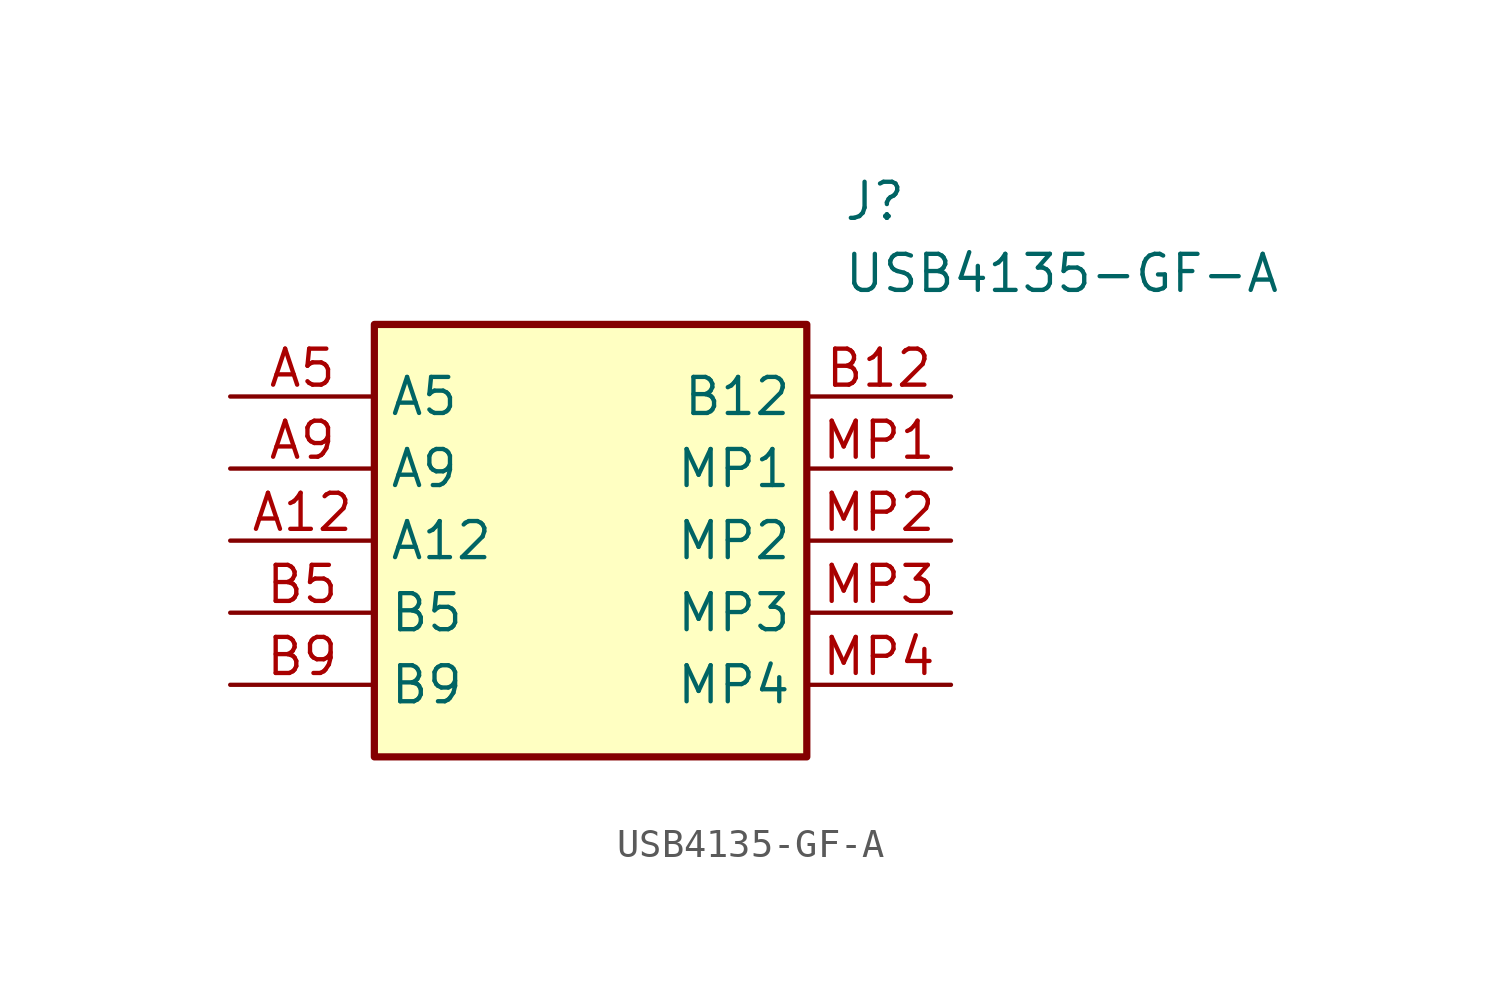
<source format=kicad_sym>
(kicad_symbol_lib
  (version 20211014)
  (generator SamacSys_ECAD_Model)
  (symbol "USB4135-GF-A"
    (property "Reference" "J"
      (at 21.59 7.62 0)
      (effects (font (size 1.27 1.27)) (justify left top)))
    (property "Value" "USB4135-GF-A"
      (at 21.59 5.08 0)
      (effects (font (size 1.27 1.27)) (justify left top)))
    (rectangle
      (start 5.08 2.54)
      (end 20.32 -12.7)
      (stroke (width 0.254) (type default))
      (fill (type background)))
    (pin passive line
      (at 0 0 0)
      (length 5.08)
      (name "A5" (effects (font (size 1.27 1.27))))
      (number "A5" (effects (font (size 1.27 1.27)))))
    (pin passive line
      (at 0 -2.54 0)
      (length 5.08)
      (name "A9" (effects (font (size 1.27 1.27))))
      (number "A9" (effects (font (size 1.27 1.27)))))
    (pin passive line
      (at 0 -5.08 0)
      (length 5.08)
      (name "A12" (effects (font (size 1.27 1.27))))
      (number "A12" (effects (font (size 1.27 1.27)))))
    (pin passive line
      (at 0 -7.62 0)
      (length 5.08)
      (name "B5" (effects (font (size 1.27 1.27))))
      (number "B5" (effects (font (size 1.27 1.27)))))
    (pin passive line
      (at 0 -10.16 0)
      (length 5.08)
      (name "B9" (effects (font (size 1.27 1.27))))
      (number "B9" (effects (font (size 1.27 1.27)))))
    (pin passive line
      (at 25.4 0 180)
      (length 5.08)
      (name "B12" (effects (font (size 1.27 1.27))))
      (number "B12" (effects (font (size 1.27 1.27)))))
    (pin passive line
      (at 25.4 -2.54 180)
      (length 5.08)
      (name "MP1" (effects (font (size 1.27 1.27))))
      (number "MP1" (effects (font (size 1.27 1.27)))))
    (pin passive line
      (at 25.4 -5.08 180)
      (length 5.08)
      (name "MP2" (effects (font (size 1.27 1.27))))
      (number "MP2" (effects (font (size 1.27 1.27)))))
    (pin passive line
      (at 25.4 -7.62 180)
      (length 5.08)
      (name "MP3" (effects (font (size 1.27 1.27))))
      (number "MP3" (effects (font (size 1.27 1.27)))))
    (pin passive line
      (at 25.4 -10.16 180)
      (length 5.08)
      (name "MP4" (effects (font (size 1.27 1.27))))
      (number "MP4" (effects (font (size 1.27 1.27)))))))
</source>
